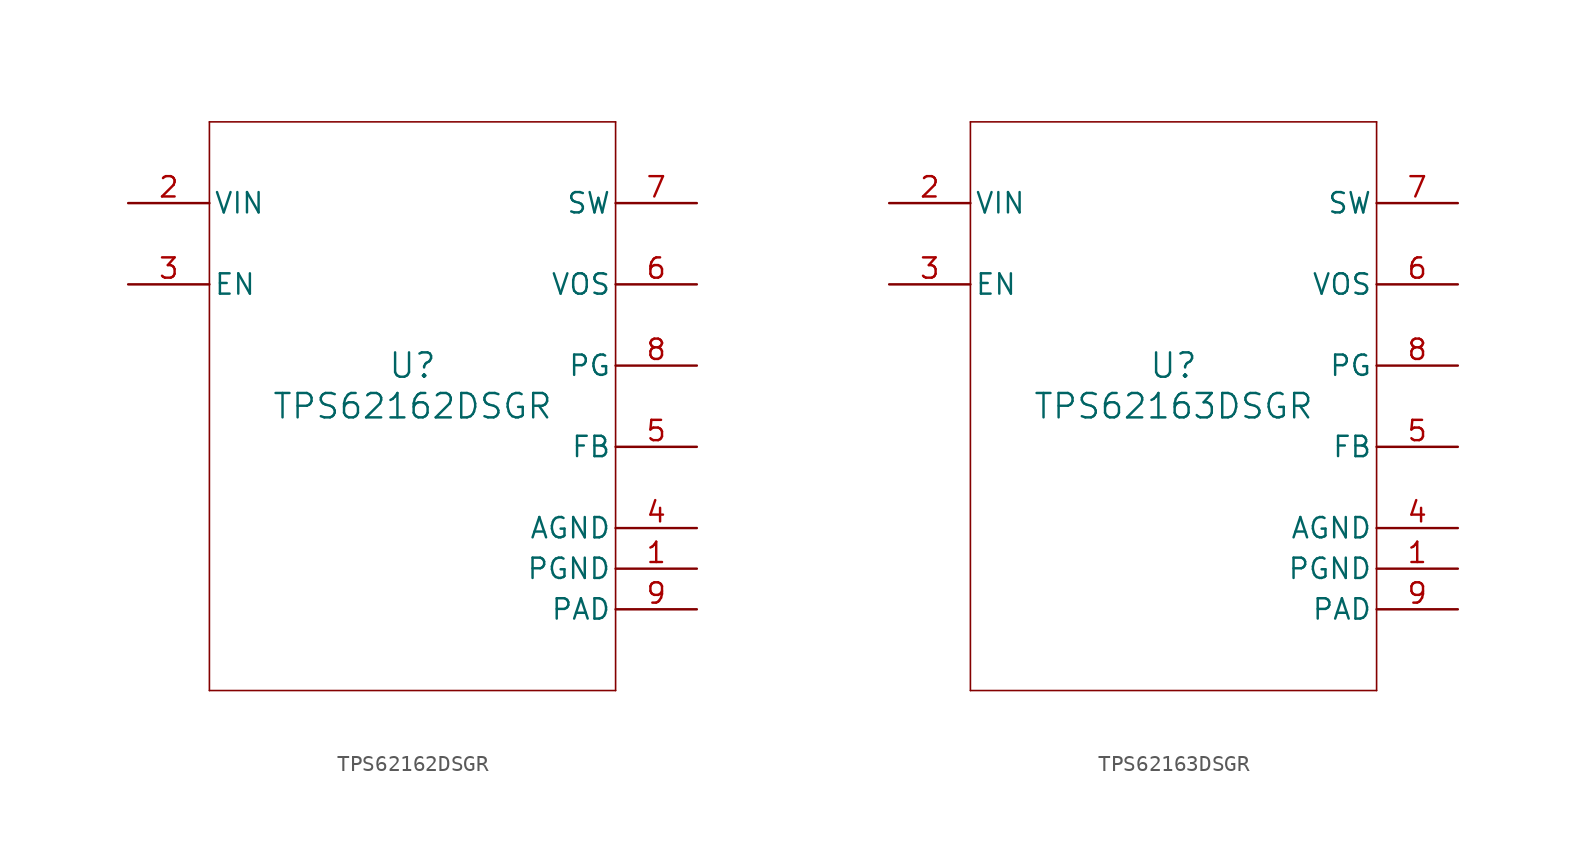
<source format=kicad_sym>
(kicad_symbol_lib
  (version 20241209)
  (generator "kicad_symbol_editor")
  (generator_version "9.0")
  (symbol "TPS62162DSGR"
    (pin_names
      (offset 0.254))
    (property "Reference" "U"
      (at 0 2.54 0)
      (effects (font (size 1.524 1.524))))
    (property "Value" "TPS62162DSGR"
      (at 0 0 0)
      (effects (font (size 1.524 1.524))))
    (property "ki_locked" ""
      (at 0 0 0)
      (effects (font (size 1.27 1.27))))
    (symbol "TPS62162DSGR_0_1"
      (polyline (pts (xy -12.7 17.78) (xy -12.7 -17.78)) (stroke (width 0.102) (type default)) (fill (type none)))
      (polyline (pts (xy -12.7 -17.78) (xy 12.7 -17.78)) (stroke (width 0.102) (type default)) (fill (type none)))
      (polyline (pts (xy 12.7 17.78) (xy -12.7 17.78)) (stroke (width 0.102) (type default)) (fill (type none)))
      (polyline (pts (xy 12.7 -17.78) (xy 12.7 17.78)) (stroke (width 0.102) (type default)) (fill (type none)))
      (pin power_in line (at -17.78 12.7 0) (length 5.08) (name "VIN" (effects (font (size 1.27 1.27)))) (number "2" (effects (font (size 1.27 1.27)))))
      (pin input line (at -17.78 7.62 0) (length 5.08) (name "EN" (effects (font (size 1.27 1.27)))) (number "3" (effects (font (size 1.27 1.27)))))
      (pin power_in line (at 17.78 12.7 180) (length 5.08) (name "SW" (effects (font (size 1.27 1.27)))) (number "7" (effects (font (size 1.27 1.27)))))
      (pin input line (at 17.78 7.62 180) (length 5.08) (name "VOS" (effects (font (size 1.27 1.27)))) (number "6" (effects (font (size 1.27 1.27)))))
      (pin tri_state line (at 17.78 2.54 180) (length 5.08) (name "PG" (effects (font (size 1.27 1.27)))) (number "8" (effects (font (size 1.27 1.27)))))
      (pin input line (at 17.78 -2.54 180) (length 5.08) (name "FB" (effects (font (size 1.27 1.27)))) (number "5" (effects (font (size 1.27 1.27)))))
      (pin power_in line (at 17.78 -7.62 180) (length 5.08) (name "AGND" (effects (font (size 1.27 1.27)))) (number "4" (effects (font (size 1.27 1.27)))))
      (pin power_in line (at 17.78 -10.16 180) (length 5.08) (name "PGND" (effects (font (size 1.27 1.27)))) (number "1" (effects (font (size 1.27 1.27)))))
      (pin power_in line (at 17.78 -12.7 180) (length 5.08) (name "PAD" (effects (font (size 1.27 1.27)))) (number "9" (effects (font (size 1.27 1.27)))))))
  (symbol "TPS62163DSGR"
    (pin_names
      (offset 0.254))
    (property "Reference" "U"
      (at 0 2.54 0)
      (effects (font (size 1.524 1.524))))
    (property "Value" "TPS62163DSGR"
      (at 0 0 0)
      (effects (font (size 1.524 1.524))))
    (property "ki_locked" ""
      (at 0 0 0)
      (effects (font (size 1.27 1.27))))
    (symbol "TPS62163DSGR_0_1"
      (polyline (pts (xy -12.7 17.78) (xy -12.7 -17.78)) (stroke (width 0.102) (type default)) (fill (type none)))
      (polyline (pts (xy -12.7 -17.78) (xy 12.7 -17.78)) (stroke (width 0.102) (type default)) (fill (type none)))
      (polyline (pts (xy 12.7 17.78) (xy -12.7 17.78)) (stroke (width 0.102) (type default)) (fill (type none)))
      (polyline (pts (xy 12.7 -17.78) (xy 12.7 17.78)) (stroke (width 0.102) (type default)) (fill (type none)))
      (pin power_in line (at -17.78 12.7 0) (length 5.08) (name "VIN" (effects (font (size 1.27 1.27)))) (number "2" (effects (font (size 1.27 1.27)))))
      (pin input line (at -17.78 7.62 0) (length 5.08) (name "EN" (effects (font (size 1.27 1.27)))) (number "3" (effects (font (size 1.27 1.27)))))
      (pin power_in line (at 17.78 12.7 180) (length 5.08) (name "SW" (effects (font (size 1.27 1.27)))) (number "7" (effects (font (size 1.27 1.27)))))
      (pin input line (at 17.78 7.62 180) (length 5.08) (name "VOS" (effects (font (size 1.27 1.27)))) (number "6" (effects (font (size 1.27 1.27)))))
      (pin tri_state line (at 17.78 2.54 180) (length 5.08) (name "PG" (effects (font (size 1.27 1.27)))) (number "8" (effects (font (size 1.27 1.27)))))
      (pin input line (at 17.78 -2.54 180) (length 5.08) (name "FB" (effects (font (size 1.27 1.27)))) (number "5" (effects (font (size 1.27 1.27)))))
      (pin power_in line (at 17.78 -7.62 180) (length 5.08) (name "AGND" (effects (font (size 1.27 1.27)))) (number "4" (effects (font (size 1.27 1.27)))))
      (pin power_in line (at 17.78 -10.16 180) (length 5.08) (name "PGND" (effects (font (size 1.27 1.27)))) (number "1" (effects (font (size 1.27 1.27)))))
      (pin power_in line (at 17.78 -12.7 180) (length 5.08) (name "PAD" (effects (font (size 1.27 1.27)))) (number "9" (effects (font (size 1.27 1.27))))))))
</source>
